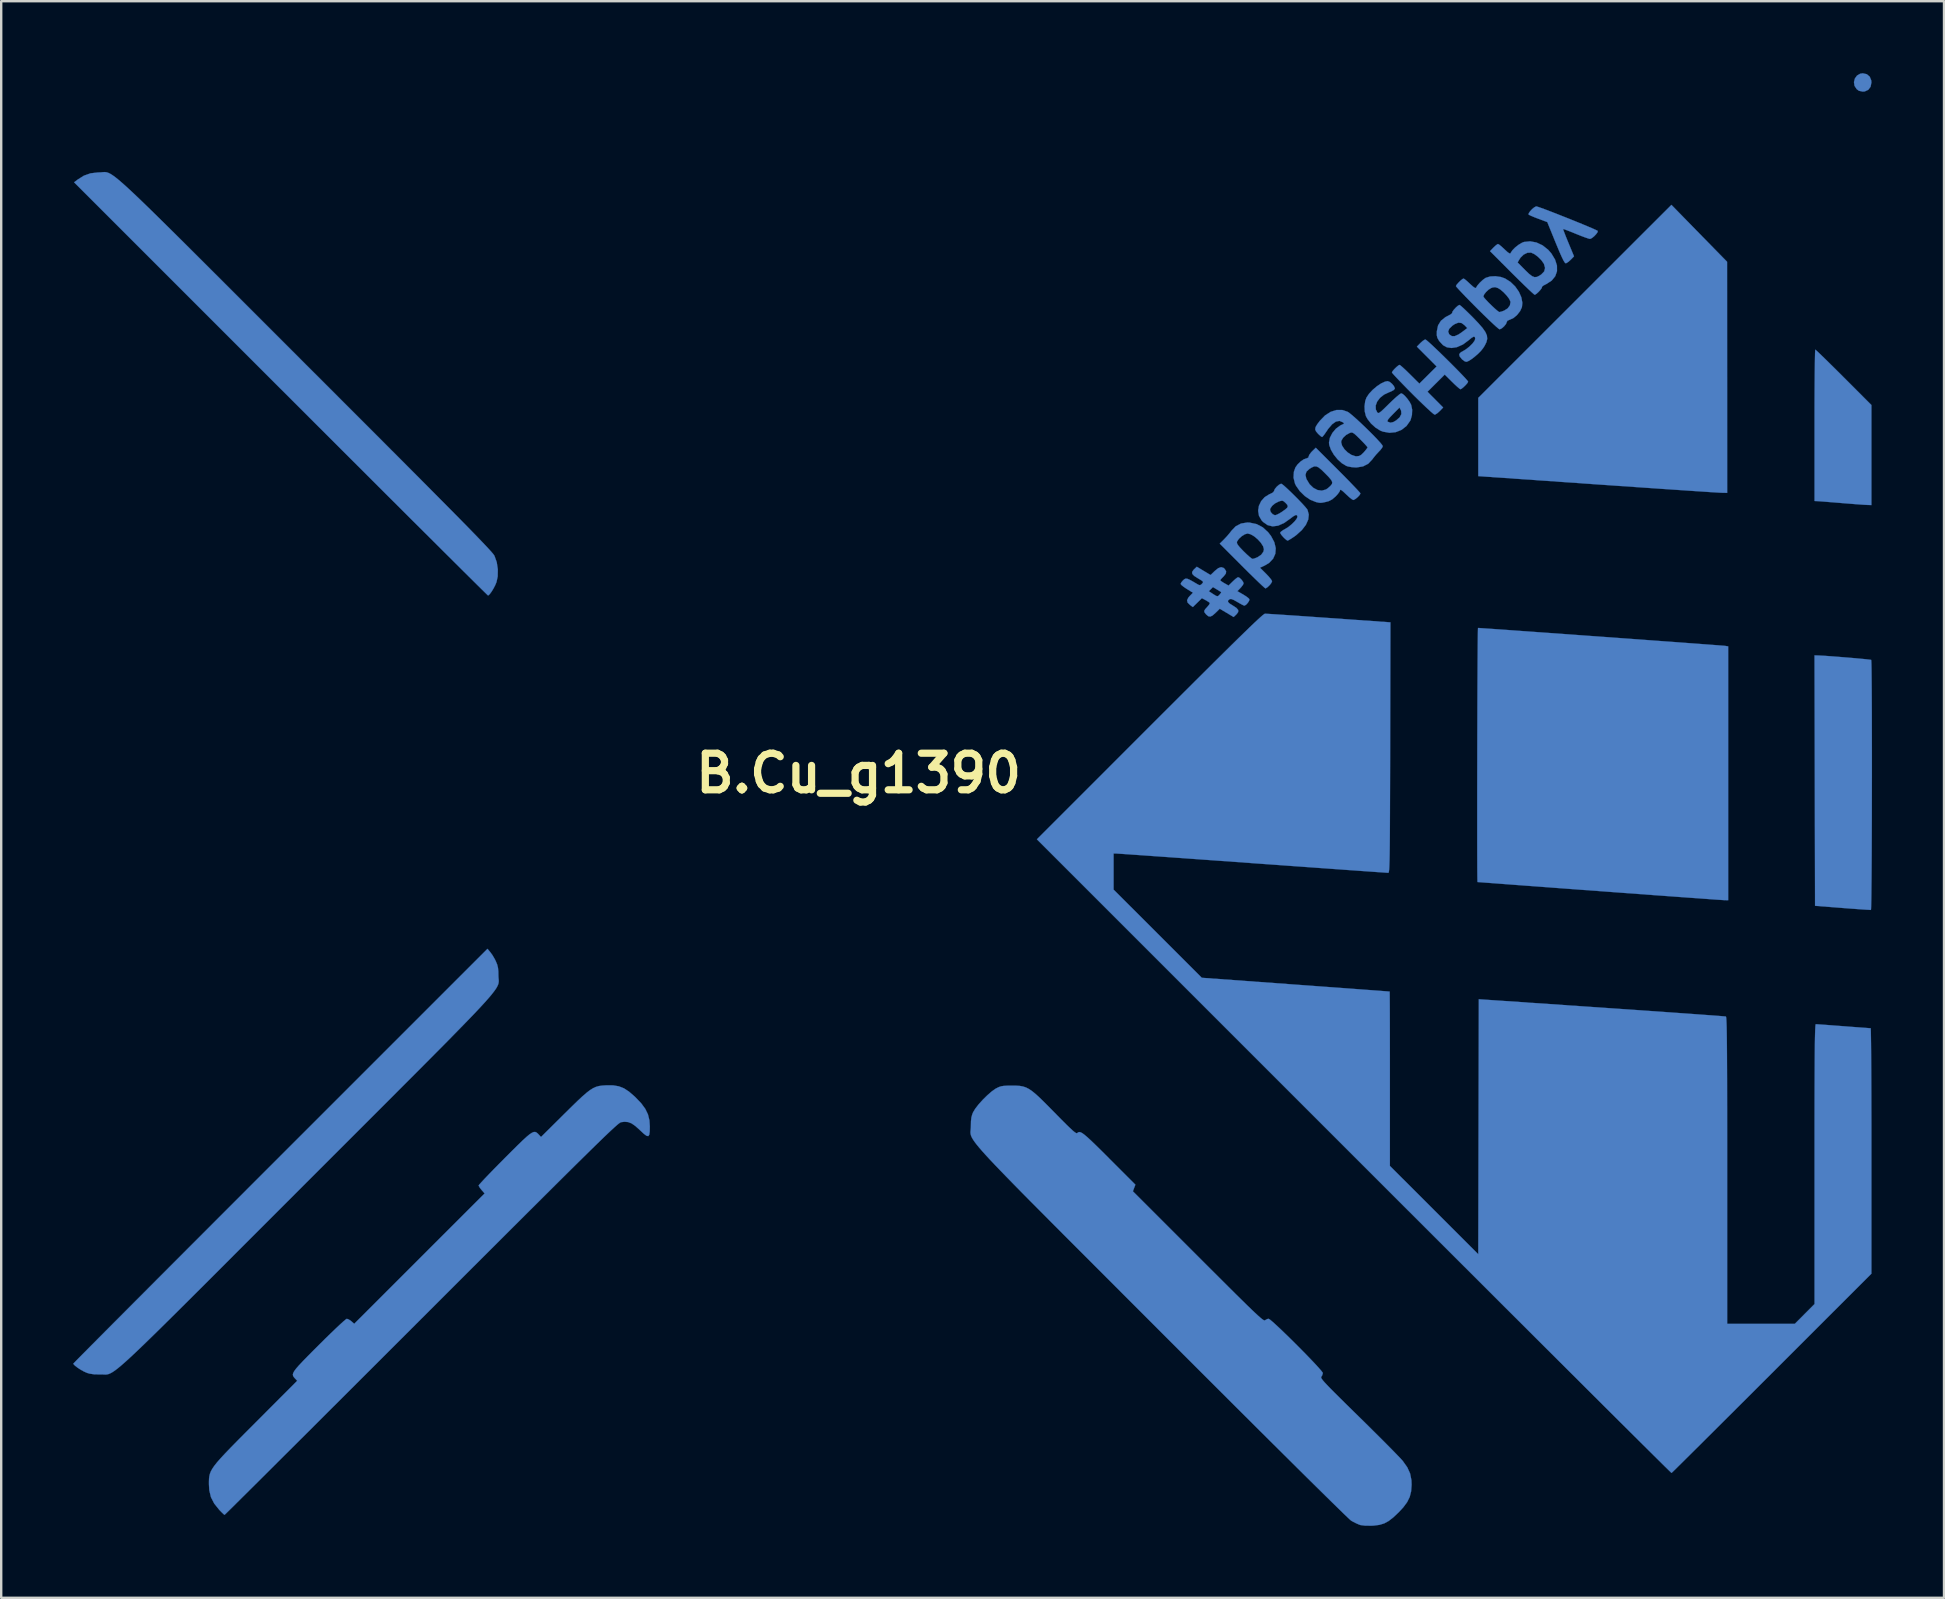
<source format=kicad_pcb>
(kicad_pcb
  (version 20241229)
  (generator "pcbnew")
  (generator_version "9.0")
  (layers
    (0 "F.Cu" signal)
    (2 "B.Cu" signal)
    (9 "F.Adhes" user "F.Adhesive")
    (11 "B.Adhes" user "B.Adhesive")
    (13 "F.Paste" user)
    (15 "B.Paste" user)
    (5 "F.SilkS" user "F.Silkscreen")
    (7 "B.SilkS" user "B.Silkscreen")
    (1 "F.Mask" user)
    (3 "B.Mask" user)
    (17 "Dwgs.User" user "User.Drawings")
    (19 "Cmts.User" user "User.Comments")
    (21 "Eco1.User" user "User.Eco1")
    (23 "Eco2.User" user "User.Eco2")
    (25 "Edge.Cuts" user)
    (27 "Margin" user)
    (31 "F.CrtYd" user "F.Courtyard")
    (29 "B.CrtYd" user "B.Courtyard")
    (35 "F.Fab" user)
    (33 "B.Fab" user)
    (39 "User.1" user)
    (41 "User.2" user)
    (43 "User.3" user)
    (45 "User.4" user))
  (footprint "B.Cu_g1390"
    (layer "F.Cu")
    (at 32.729 29.173)
    (property "Reference" "B.Cu_g1390" (at 0 0 0) (layer "F.SilkS") (effects (font (size 1.524 1.524) (thickness 0.3))))
    (attr through_hole)
    (fp_poly (pts (xy 42.014 -29.131) (xy 42.135 -29.029) (xy 42.199 -28.873) (xy 42.206 -28.787) (xy 42.172 -28.609) (xy 42.076 -28.481) (xy 41.928 -28.413) (xy 41.846 -28.406) (xy 41.685 -28.44) (xy 41.591 -28.51) (xy 41.501 -28.649) (xy 41.479 -28.803) (xy 41.517 -28.951) (xy 41.606 -29.074) (xy 41.738 -29.151) (xy 41.846 -29.168) (xy 42.014 -29.131)) (stroke (width 0.01) (type solid)) (fill yes) (layer "B.Cu"))
    (fp_poly (pts (xy 35.031 -22.5) (xy 36.191 -21.315) (xy 36.193 -16.499) (xy 36.195 -11.684) (xy 35.952 -11.689) (xy 35.878 -11.693) (xy 35.726 -11.702) (xy 35.5 -11.716) (xy 35.207 -11.736) (xy 34.851 -11.759) (xy 34.439 -11.787) (xy 33.976 -11.818) (xy 33.468 -11.852) (xy 32.919 -11.89) (xy 32.336 -11.93) (xy 31.725 -11.972) (xy 31.09 -12.016) (xy 30.766 -12.038) (xy 25.823 -12.382) (xy 25.823 -15.643) (xy 29.847 -19.664) (xy 33.872 -23.686) (xy 35.031 -22.5)) (stroke (width 0.01) (type solid)) (fill yes) (layer "B.Cu"))
    (fp_poly (pts (xy 39.904 -17.624) (xy 39.993 -17.542) (xy 40.128 -17.412) (xy 40.303 -17.242) (xy 40.511 -17.037) (xy 40.746 -16.805) (xy 41 -16.552) (xy 41.053 -16.499) (xy 42.206 -15.345) (xy 42.206 -11.176) (xy 42.026 -11.182) (xy 41.931 -11.187) (xy 41.766 -11.198) (xy 41.548 -11.214) (xy 41.293 -11.234) (xy 41.015 -11.256) (xy 40.936 -11.263) (xy 40.662 -11.285) (xy 40.412 -11.305) (xy 40.2 -11.322) (xy 40.04 -11.334) (xy 39.945 -11.341) (xy 39.931 -11.341) (xy 39.836 -11.345) (xy 39.836 -14.499) (xy 39.836 -15.008) (xy 39.837 -15.491) (xy 39.839 -15.942) (xy 39.842 -16.354) (xy 39.845 -16.722) (xy 39.849 -17.037) (xy 39.853 -17.295) (xy 39.857 -17.488) (xy 39.862 -17.609) (xy 39.868 -17.653) (xy 39.868 -17.653) (xy 39.904 -17.624)) (stroke (width 0.01) (type solid)) (fill yes) (layer "B.Cu"))
    (fp_poly (pts (xy 39.952 -4.91) (xy 40.06 -4.905) (xy 40.228 -4.896) (xy 40.442 -4.881) (xy 40.687 -4.863) (xy 40.952 -4.842) (xy 41.221 -4.82) (xy 41.483 -4.798) (xy 41.722 -4.776) (xy 41.926 -4.757) (xy 42.082 -4.74) (xy 42.175 -4.728) (xy 42.196 -4.723) (xy 42.201 -4.677) (xy 42.206 -4.552) (xy 42.21 -4.356) (xy 42.213 -4.094) (xy 42.216 -3.773) (xy 42.219 -3.399) (xy 42.221 -2.977) (xy 42.223 -2.515) (xy 42.224 -2.019) (xy 42.225 -1.494) (xy 42.226 -0.947) (xy 42.226 -0.385) (xy 42.226 0.187) (xy 42.225 0.762) (xy 42.224 1.334) (xy 42.223 1.897) (xy 42.221 2.444) (xy 42.219 2.97) (xy 42.217 3.468) (xy 42.214 3.931) (xy 42.211 4.354) (xy 42.207 4.731) (xy 42.204 5.054) (xy 42.2 5.318) (xy 42.195 5.517) (xy 42.191 5.645) (xy 42.186 5.694) (xy 42.185 5.695) (xy 42.133 5.693) (xy 42.008 5.686) (xy 41.822 5.674) (xy 41.585 5.657) (xy 41.31 5.637) (xy 41.007 5.614) (xy 41 5.613) (xy 39.857 5.524) (xy 39.835 -4.911) (xy 39.952 -4.91)) (stroke (width 0.01) (type solid)) (fill yes) (layer "B.Cu"))
    (fp_poly (pts (xy 28.3 -23.607) (xy 28.425 -23.564) (xy 28.603 -23.499) (xy 28.824 -23.415) (xy 29.075 -23.318) (xy 29.344 -23.211) (xy 29.622 -23.101) (xy 29.894 -22.991) (xy 30.152 -22.886) (xy 30.381 -22.79) (xy 30.572 -22.709) (xy 30.712 -22.646) (xy 30.791 -22.607) (xy 30.802 -22.598) (xy 30.792 -22.544) (xy 30.733 -22.463) (xy 30.649 -22.375) (xy 30.559 -22.303) (xy 30.486 -22.268) (xy 30.477 -22.267) (xy 30.413 -22.283) (xy 30.288 -22.325) (xy 30.119 -22.388) (xy 29.923 -22.466) (xy 29.887 -22.481) (xy 29.695 -22.559) (xy 29.533 -22.622) (xy 29.417 -22.665) (xy 29.36 -22.682) (xy 29.357 -22.682) (xy 29.368 -22.64) (xy 29.407 -22.535) (xy 29.467 -22.38) (xy 29.544 -22.19) (xy 29.579 -22.105) (xy 29.813 -21.541) (xy 29.672 -21.396) (xy 29.576 -21.31) (xy 29.492 -21.258) (xy 29.465 -21.251) (xy 29.429 -21.28) (xy 29.375 -21.367) (xy 29.3 -21.519) (xy 29.202 -21.741) (xy 29.079 -22.036) (xy 29.048 -22.11) (xy 28.699 -22.969) (xy 28.319 -23.11) (xy 28.153 -23.174) (xy 28.019 -23.231) (xy 27.935 -23.272) (xy 27.917 -23.286) (xy 27.928 -23.34) (xy 27.986 -23.422) (xy 28.069 -23.511) (xy 28.158 -23.584) (xy 28.231 -23.621) (xy 28.241 -23.622) (xy 28.3 -23.607)) (stroke (width 0.01) (type solid)) (fill yes) (layer "B.Cu"))
    (fp_poly (pts (xy 23.665 -18.047) (xy 23.759 -17.967) (xy 23.894 -17.844) (xy 24.059 -17.688) (xy 24.246 -17.509) (xy 24.445 -17.314) (xy 24.647 -17.114) (xy 24.843 -16.918) (xy 25.023 -16.735) (xy 25.178 -16.574) (xy 25.299 -16.444) (xy 25.376 -16.355) (xy 25.4 -16.317) (xy 25.371 -16.261) (xy 25.299 -16.178) (xy 25.21 -16.091) (xy 25.128 -16.024) (xy 25.081 -16.002) (xy 25.037 -16.03) (xy 24.947 -16.106) (xy 24.827 -16.217) (xy 24.734 -16.308) (xy 24.426 -16.614) (xy 24.066 -16.256) (xy 23.707 -15.898) (xy 24.36 -15.241) (xy 24.215 -15.092) (xy 24.118 -15.005) (xy 24.034 -14.951) (xy 24.005 -14.944) (xy 23.959 -14.973) (xy 23.862 -15.054) (xy 23.722 -15.181) (xy 23.547 -15.346) (xy 23.345 -15.541) (xy 23.125 -15.758) (xy 23.082 -15.801) (xy 22.862 -16.023) (xy 22.663 -16.227) (xy 22.492 -16.404) (xy 22.357 -16.547) (xy 22.266 -16.648) (xy 22.226 -16.7) (xy 22.225 -16.703) (xy 22.254 -16.759) (xy 22.326 -16.842) (xy 22.415 -16.929) (xy 22.497 -16.996) (xy 22.544 -17.018) (xy 22.587 -16.99) (xy 22.677 -16.912) (xy 22.802 -16.797) (xy 22.948 -16.655) (xy 22.976 -16.627) (xy 23.368 -16.237) (xy 23.728 -16.595) (xy 24.088 -16.953) (xy 23.265 -17.778) (xy 23.41 -17.927) (xy 23.507 -18.015) (xy 23.591 -18.068) (xy 23.62 -18.076) (xy 23.665 -18.047)) (stroke (width 0.01) (type solid)) (fill yes) (layer "B.Cu"))
    (fp_poly (pts (xy 16.295 -10.445) (xy 16.587 -10.383) (xy 16.842 -10.249) (xy 17.069 -10.04) (xy 17.188 -9.884) (xy 17.324 -9.629) (xy 17.383 -9.381) (xy 17.366 -9.149) (xy 17.274 -8.942) (xy 17.11 -8.768) (xy 16.928 -8.659) (xy 16.726 -8.565) (xy 16.978 -8.316) (xy 17.094 -8.194) (xy 17.182 -8.086) (xy 17.227 -8.013) (xy 17.23 -8) (xy 17.2 -7.93) (xy 17.13 -7.84) (xy 17.044 -7.757) (xy 16.97 -7.708) (xy 16.952 -7.705) (xy 16.913 -7.734) (xy 16.822 -7.815) (xy 16.687 -7.943) (xy 16.515 -8.109) (xy 16.313 -8.306) (xy 16.09 -8.527) (xy 15.98 -8.637) (xy 15.05 -9.569) (xy 15.072 -9.591) (xy 15.766 -9.591) (xy 15.801 -9.521) (xy 15.881 -9.421) (xy 16.013 -9.281) (xy 16.049 -9.245) (xy 16.184 -9.115) (xy 16.301 -9.011) (xy 16.386 -8.947) (xy 16.418 -8.932) (xy 16.493 -8.95) (xy 16.601 -8.992) (xy 16.621 -9.001) (xy 16.778 -9.106) (xy 16.87 -9.236) (xy 16.891 -9.334) (xy 16.856 -9.461) (xy 16.763 -9.606) (xy 16.632 -9.75) (xy 16.483 -9.874) (xy 16.333 -9.96) (xy 16.209 -9.991) (xy 16.095 -9.959) (xy 15.965 -9.878) (xy 15.848 -9.771) (xy 15.773 -9.661) (xy 15.767 -9.644) (xy 15.766 -9.591) (xy 15.072 -9.591) (xy 15.23 -9.748) (xy 15.356 -9.883) (xy 15.479 -10.029) (xy 15.533 -10.101) (xy 15.714 -10.29) (xy 15.938 -10.407) (xy 16.196 -10.449) (xy 16.295 -10.445)) (stroke (width 0.01) (type solid)) (fill yes) (layer "B.Cu"))
    (fp_poly (pts (xy 28.248 -22.118) (xy 28.504 -21.998) (xy 28.736 -21.814) (xy 28.868 -21.663) (xy 29.023 -21.406) (xy 29.102 -21.157) (xy 29.104 -20.923) (xy 29.03 -20.712) (xy 28.883 -20.532) (xy 28.663 -20.389) (xy 28.653 -20.384) (xy 28.545 -20.328) (xy 28.484 -20.281) (xy 28.478 -20.262) (xy 28.468 -20.22) (xy 28.413 -20.145) (xy 28.335 -20.059) (xy 28.253 -19.984) (xy 28.188 -19.942) (xy 28.175 -19.939) (xy 28.135 -19.968) (xy 28.043 -20.05) (xy 27.907 -20.177) (xy 27.734 -20.343) (xy 27.533 -20.539) (xy 27.311 -20.759) (xy 27.221 -20.848) (xy 26.783 -21.287) (xy 27.462 -21.287) (xy 27.775 -20.97) (xy 27.939 -20.812) (xy 28.065 -20.715) (xy 28.17 -20.674) (xy 28.271 -20.684) (xy 28.384 -20.742) (xy 28.451 -20.788) (xy 28.57 -20.912) (xy 28.607 -21.057) (xy 28.561 -21.222) (xy 28.551 -21.241) (xy 28.449 -21.385) (xy 28.309 -21.524) (xy 28.159 -21.635) (xy 28.024 -21.696) (xy 28.019 -21.697) (xy 27.869 -21.69) (xy 27.716 -21.615) (xy 27.584 -21.486) (xy 27.544 -21.426) (xy 27.462 -21.287) (xy 26.783 -21.287) (xy 26.313 -21.757) (xy 26.457 -21.907) (xy 26.55 -21.994) (xy 26.623 -22.047) (xy 26.645 -22.056) (xy 26.695 -22.028) (xy 26.785 -21.955) (xy 26.899 -21.851) (xy 26.917 -21.833) (xy 27.041 -21.719) (xy 27.12 -21.664) (xy 27.161 -21.662) (xy 27.168 -21.675) (xy 27.236 -21.783) (xy 27.355 -21.906) (xy 27.501 -22.022) (xy 27.647 -22.109) (xy 27.726 -22.14) (xy 27.984 -22.167) (xy 28.248 -22.118)) (stroke (width 0.01) (type solid)) (fill yes) (layer "B.Cu"))
    (fp_poly (pts (xy 22.13 -16.309) (xy 22.225 -16.233) (xy 22.305 -16.138) (xy 22.345 -16.05) (xy 22.345 -16.024) (xy 22.297 -15.968) (xy 22.183 -15.907) (xy 22.107 -15.878) (xy 21.896 -15.779) (xy 21.727 -15.644) (xy 21.609 -15.488) (xy 21.548 -15.323) (xy 21.553 -15.162) (xy 21.609 -15.047) (xy 21.636 -15.018) (xy 21.668 -15.011) (xy 21.716 -15.034) (xy 21.79 -15.092) (xy 21.9 -15.195) (xy 22.056 -15.348) (xy 22.107 -15.399) (xy 22.267 -15.553) (xy 22.411 -15.683) (xy 22.526 -15.779) (xy 22.6 -15.828) (xy 22.614 -15.833) (xy 22.682 -15.8) (xy 22.775 -15.715) (xy 22.875 -15.599) (xy 22.964 -15.472) (xy 23.025 -15.357) (xy 23.027 -15.352) (xy 23.068 -15.151) (xy 23.059 -14.927) (xy 23.002 -14.722) (xy 22.988 -14.692) (xy 22.831 -14.471) (xy 22.625 -14.31) (xy 22.383 -14.214) (xy 22.121 -14.188) (xy 21.853 -14.236) (xy 21.738 -14.281) (xy 21.542 -14.404) (xy 21.355 -14.573) (xy 21.268 -14.684) (xy 22.036 -14.684) (xy 22.049 -14.651) (xy 22.056 -14.647) (xy 22.161 -14.609) (xy 22.278 -14.633) (xy 22.399 -14.702) (xy 22.547 -14.832) (xy 22.618 -14.969) (xy 22.609 -15.104) (xy 22.596 -15.133) (xy 22.54 -15.24) (xy 22.266 -14.963) (xy 22.137 -14.829) (xy 22.062 -14.739) (xy 22.036 -14.684) (xy 21.268 -14.684) (xy 21.206 -14.763) (xy 21.141 -14.883) (xy 21.093 -15.074) (xy 21.084 -15.295) (xy 21.112 -15.509) (xy 21.163 -15.654) (xy 21.271 -15.815) (xy 21.421 -15.976) (xy 21.595 -16.124) (xy 21.774 -16.244) (xy 21.939 -16.32) (xy 22.046 -16.341) (xy 22.13 -16.309)) (stroke (width 0.01) (type solid)) (fill yes) (layer "B.Cu"))
    (fp_poly (pts (xy 19.982 -12.636) (xy 20.212 -12.405) (xy 20.421 -12.192) (xy 20.602 -12.004) (xy 20.749 -11.85) (xy 20.852 -11.737) (xy 20.906 -11.672) (xy 20.913 -11.661) (xy 20.881 -11.597) (xy 20.806 -11.514) (xy 20.715 -11.437) (xy 20.635 -11.392) (xy 20.615 -11.388) (xy 20.559 -11.416) (xy 20.462 -11.491) (xy 20.344 -11.598) (xy 20.311 -11.63) (xy 20.18 -11.752) (xy 20.1 -11.811) (xy 20.067 -11.807) (xy 20.066 -11.798) (xy 20.038 -11.73) (xy 19.964 -11.63) (xy 19.881 -11.539) (xy 19.736 -11.414) (xy 19.593 -11.34) (xy 19.477 -11.308) (xy 19.345 -11.28) (xy 19.262 -11.269) (xy 19.193 -11.273) (xy 19.104 -11.292) (xy 19.064 -11.301) (xy 18.827 -11.395) (xy 18.595 -11.552) (xy 18.388 -11.754) (xy 18.229 -11.982) (xy 18.183 -12.077) (xy 18.125 -12.318) (xy 18.132 -12.436) (xy 18.621 -12.436) (xy 18.657 -12.276) (xy 18.668 -12.251) (xy 18.793 -12.046) (xy 18.95 -11.894) (xy 19.124 -11.803) (xy 19.303 -11.778) (xy 19.473 -11.824) (xy 19.556 -11.879) (xy 19.665 -11.977) (xy 19.727 -12.056) (xy 19.738 -12.133) (xy 19.694 -12.223) (xy 19.595 -12.341) (xy 19.451 -12.489) (xy 19.292 -12.645) (xy 19.171 -12.743) (xy 19.074 -12.788) (xy 18.982 -12.786) (xy 18.879 -12.74) (xy 18.787 -12.683) (xy 18.664 -12.569) (xy 18.621 -12.436) (xy 18.132 -12.436) (xy 18.14 -12.564) (xy 18.203 -12.743) (xy 18.293 -12.87) (xy 18.416 -12.989) (xy 18.547 -13.08) (xy 18.663 -13.122) (xy 18.679 -13.123) (xy 18.743 -13.158) (xy 18.754 -13.2) (xy 18.783 -13.273) (xy 18.856 -13.371) (xy 18.903 -13.421) (xy 19.052 -13.565) (xy 19.982 -12.636)) (stroke (width 0.01) (type solid)) (fill yes) (layer "B.Cu"))
    (fp_poly (pts (xy 25.084 -19.487) (xy 25.176 -19.407) (xy 25.305 -19.286) (xy 25.461 -19.134) (xy 25.598 -18.997) (xy 25.831 -18.753) (xy 26.004 -18.553) (xy 26.12 -18.386) (xy 26.183 -18.24) (xy 26.196 -18.103) (xy 26.163 -17.966) (xy 26.089 -17.816) (xy 26.024 -17.714) (xy 25.929 -17.595) (xy 25.799 -17.466) (xy 25.653 -17.341) (xy 25.511 -17.236) (xy 25.39 -17.166) (xy 25.319 -17.145) (xy 25.244 -17.174) (xy 25.151 -17.245) (xy 25.133 -17.264) (xy 25.043 -17.379) (xy 25.03 -17.467) (xy 25.095 -17.541) (xy 25.168 -17.581) (xy 25.311 -17.667) (xy 25.454 -17.78) (xy 25.578 -17.902) (xy 25.665 -18.017) (xy 25.696 -18.103) (xy 25.681 -18.181) (xy 25.632 -18.195) (xy 25.541 -18.143) (xy 25.439 -18.057) (xy 25.186 -17.869) (xy 24.932 -17.756) (xy 24.712 -17.722) (xy 24.518 -17.749) (xy 24.355 -17.838) (xy 24.206 -18) (xy 24.179 -18.038) (xy 24.12 -18.143) (xy 24.094 -18.252) (xy 24.096 -18.402) (xy 24.096 -18.406) (xy 24.568 -18.406) (xy 24.609 -18.297) (xy 24.62 -18.285) (xy 24.721 -18.217) (xy 24.846 -18.217) (xy 25.003 -18.287) (xy 25.135 -18.377) (xy 25.365 -18.551) (xy 25.245 -18.676) (xy 25.124 -18.764) (xy 24.993 -18.778) (xy 24.841 -18.717) (xy 24.74 -18.648) (xy 24.612 -18.522) (xy 24.568 -18.406) (xy 24.096 -18.406) (xy 24.097 -18.421) (xy 24.148 -18.664) (xy 24.268 -18.858) (xy 24.459 -19.01) (xy 24.551 -19.057) (xy 24.662 -19.116) (xy 24.727 -19.166) (xy 24.736 -19.19) (xy 24.749 -19.238) (xy 24.807 -19.318) (xy 24.888 -19.406) (xy 24.97 -19.479) (xy 25.033 -19.515) (xy 25.04 -19.516) (xy 25.084 -19.487)) (stroke (width 0.01) (type solid)) (fill yes) (layer "B.Cu"))
    (fp_poly (pts (xy 17.663 -12.036) (xy 17.757 -11.957) (xy 17.885 -11.84) (xy 18.035 -11.697) (xy 18.194 -11.54) (xy 18.351 -11.381) (xy 18.493 -11.232) (xy 18.608 -11.105) (xy 18.685 -11.011) (xy 18.707 -10.978) (xy 18.76 -10.783) (xy 18.737 -10.572) (xy 18.64 -10.354) (xy 18.473 -10.136) (xy 18.242 -9.927) (xy 18.16 -9.866) (xy 18.033 -9.781) (xy 17.932 -9.72) (xy 17.878 -9.694) (xy 17.877 -9.694) (xy 17.827 -9.722) (xy 17.745 -9.793) (xy 17.704 -9.834) (xy 17.622 -9.928) (xy 17.574 -10.004) (xy 17.568 -10.024) (xy 17.603 -10.069) (xy 17.693 -10.133) (xy 17.772 -10.177) (xy 17.907 -10.261) (xy 18.044 -10.372) (xy 18.166 -10.491) (xy 18.253 -10.601) (xy 18.288 -10.684) (xy 18.288 -10.687) (xy 18.269 -10.755) (xy 18.211 -10.76) (xy 18.107 -10.702) (xy 18.007 -10.624) (xy 17.734 -10.431) (xy 17.483 -10.318) (xy 17.253 -10.288) (xy 17.044 -10.34) (xy 16.855 -10.473) (xy 16.792 -10.541) (xy 16.685 -10.727) (xy 16.65 -10.933) (xy 16.656 -10.976) (xy 17.145 -10.976) (xy 17.178 -10.88) (xy 17.256 -10.795) (xy 17.347 -10.753) (xy 17.356 -10.753) (xy 17.43 -10.775) (xy 17.542 -10.832) (xy 17.62 -10.881) (xy 17.773 -10.987) (xy 17.86 -11.064) (xy 17.886 -11.128) (xy 17.86 -11.192) (xy 17.798 -11.26) (xy 17.715 -11.335) (xy 17.649 -11.36) (xy 17.562 -11.342) (xy 17.505 -11.323) (xy 17.36 -11.25) (xy 17.238 -11.149) (xy 17.161 -11.041) (xy 17.145 -10.976) (xy 16.656 -10.976) (xy 16.681 -11.142) (xy 16.774 -11.338) (xy 16.922 -11.506) (xy 17.12 -11.629) (xy 17.166 -11.647) (xy 17.268 -11.702) (xy 17.314 -11.763) (xy 17.314 -11.769) (xy 17.346 -11.846) (xy 17.423 -11.939) (xy 17.517 -12.021) (xy 17.6 -12.063) (xy 17.614 -12.065) (xy 17.663 -12.036)) (stroke (width 0.01) (type solid)) (fill yes) (layer "B.Cu"))
    (fp_poly (pts (xy 25.866 -6.052) (xy 25.996 -6.043) (xy 26.199 -6.029) (xy 26.467 -6.011) (xy 26.794 -5.988) (xy 27.174 -5.961) (xy 27.6 -5.93) (xy 28.067 -5.897) (xy 28.567 -5.861) (xy 29.094 -5.824) (xy 29.642 -5.784) (xy 30.205 -5.743) (xy 30.777 -5.702) (xy 31.35 -5.661) (xy 31.919 -5.619) (xy 32.477 -5.579) (xy 33.018 -5.539) (xy 33.536 -5.501) (xy 34.024 -5.466) (xy 34.477 -5.432) (xy 34.886 -5.402) (xy 35.247 -5.375) (xy 35.553 -5.352) (xy 35.797 -5.334) (xy 35.974 -5.32) (xy 36.076 -5.312) (xy 36.1 -5.31) (xy 36.237 -5.288) (xy 36.237 5.292) (xy 36.057 5.286) (xy 35.993 5.282) (xy 35.849 5.273) (xy 35.631 5.258) (xy 35.346 5.237) (xy 34.998 5.212) (xy 34.592 5.183) (xy 34.134 5.15) (xy 33.63 5.113) (xy 33.085 5.074) (xy 32.505 5.031) (xy 31.894 4.986) (xy 31.258 4.939) (xy 30.84 4.908) (xy 30.195 4.861) (xy 29.574 4.815) (xy 28.982 4.771) (xy 28.424 4.729) (xy 27.905 4.691) (xy 27.431 4.656) (xy 27.007 4.624) (xy 26.637 4.596) (xy 26.328 4.573) (xy 26.084 4.555) (xy 25.91 4.542) (xy 25.812 4.534) (xy 25.792 4.533) (xy 25.789 4.491) (xy 25.786 4.37) (xy 25.784 4.177) (xy 25.782 3.918) (xy 25.781 3.6) (xy 25.78 3.227) (xy 25.779 2.807) (xy 25.779 2.346) (xy 25.779 1.849) (xy 25.779 1.324) (xy 25.779 0.776) (xy 25.78 0.211) (xy 25.781 -0.364) (xy 25.782 -0.944) (xy 25.783 -1.521) (xy 25.785 -2.09) (xy 25.786 -2.645) (xy 25.788 -3.18) (xy 25.79 -3.688) (xy 25.793 -4.163) (xy 25.795 -4.599) (xy 25.798 -4.989) (xy 25.8 -5.329) (xy 25.803 -5.61) (xy 25.806 -5.828) (xy 25.809 -5.976) (xy 25.812 -6.048) (xy 25.813 -6.054) (xy 25.866 -6.052)) (stroke (width 0.01) (type solid)) (fill yes) (layer "B.Cu"))
    (fp_poly (pts (xy 26.764 -20.681) (xy 26.937 -20.62) (xy 27.165 -20.476) (xy 27.361 -20.286) (xy 27.515 -20.066) (xy 27.618 -19.834) (xy 27.66 -19.604) (xy 27.642 -19.423) (xy 27.566 -19.258) (xy 27.442 -19.1) (xy 27.293 -18.973) (xy 27.143 -18.903) (xy 27.138 -18.902) (xy 27.036 -18.857) (xy 27.009 -18.801) (xy 26.977 -18.721) (xy 26.9 -18.626) (xy 26.806 -18.543) (xy 26.722 -18.501) (xy 26.71 -18.5) (xy 26.665 -18.529) (xy 26.569 -18.61) (xy 26.43 -18.738) (xy 26.255 -18.903) (xy 26.053 -19.098) (xy 25.832 -19.317) (xy 25.77 -19.378) (xy 25.547 -19.603) (xy 25.345 -19.809) (xy 25.287 -19.87) (xy 26.035 -19.87) (xy 26.064 -19.822) (xy 26.141 -19.733) (xy 26.249 -19.619) (xy 26.373 -19.497) (xy 26.497 -19.38) (xy 26.604 -19.286) (xy 26.68 -19.229) (xy 26.702 -19.219) (xy 26.776 -19.235) (xy 26.885 -19.273) (xy 26.901 -19.279) (xy 27.048 -19.372) (xy 27.141 -19.497) (xy 27.166 -19.633) (xy 27.16 -19.666) (xy 27.106 -19.777) (xy 27.003 -19.911) (xy 26.875 -20.047) (xy 26.742 -20.159) (xy 26.638 -20.221) (xy 26.527 -20.256) (xy 26.429 -20.245) (xy 26.359 -20.22) (xy 26.255 -20.155) (xy 26.151 -20.059) (xy 26.07 -19.957) (xy 26.035 -19.873) (xy 26.035 -19.87) (xy 25.287 -19.87) (xy 25.171 -19.99) (xy 25.033 -20.136) (xy 24.938 -20.241) (xy 24.894 -20.296) (xy 24.892 -20.301) (xy 24.921 -20.357) (xy 24.993 -20.44) (xy 25.081 -20.527) (xy 25.163 -20.594) (xy 25.21 -20.616) (xy 25.257 -20.589) (xy 25.346 -20.516) (xy 25.459 -20.412) (xy 25.478 -20.394) (xy 25.611 -20.274) (xy 25.694 -20.22) (xy 25.727 -20.229) (xy 25.786 -20.325) (xy 25.889 -20.444) (xy 26.01 -20.557) (xy 26.123 -20.639) (xy 26.137 -20.646) (xy 26.318 -20.702) (xy 26.538 -20.713) (xy 26.764 -20.681)) (stroke (width 0.01) (type solid)) (fill yes) (layer "B.Cu"))
    (fp_poly (pts (xy 20.157 -15.137) (xy 20.375 -15.065) (xy 20.458 -15.009) (xy 20.583 -14.907) (xy 20.739 -14.769) (xy 20.915 -14.607) (xy 21.102 -14.429) (xy 21.288 -14.247) (xy 21.464 -14.071) (xy 21.617 -13.91) (xy 21.739 -13.777) (xy 21.818 -13.679) (xy 21.844 -13.63) (xy 21.815 -13.563) (xy 21.741 -13.466) (xy 21.685 -13.408) (xy 21.563 -13.277) (xy 21.445 -13.132) (xy 21.412 -13.085) (xy 21.24 -12.901) (xy 21.022 -12.788) (xy 20.756 -12.744) (xy 20.713 -12.744) (xy 20.547 -12.756) (xy 20.39 -12.786) (xy 20.32 -12.81) (xy 20.138 -12.92) (xy 19.961 -13.082) (xy 19.804 -13.276) (xy 19.684 -13.481) (xy 19.613 -13.677) (xy 19.602 -13.78) (xy 19.606 -13.801) (xy 20.108 -13.801) (xy 20.146 -13.655) (xy 20.244 -13.504) (xy 20.384 -13.367) (xy 20.544 -13.263) (xy 20.705 -13.211) (xy 20.747 -13.208) (xy 20.855 -13.221) (xy 20.946 -13.27) (xy 21.051 -13.372) (xy 21.056 -13.377) (xy 21.141 -13.478) (xy 21.197 -13.554) (xy 21.209 -13.58) (xy 21.181 -13.621) (xy 21.104 -13.708) (xy 20.993 -13.825) (xy 20.899 -13.92) (xy 20.759 -14.058) (xy 20.662 -14.145) (xy 20.595 -14.189) (xy 20.541 -14.201) (xy 20.486 -14.189) (xy 20.465 -14.181) (xy 20.316 -14.099) (xy 20.194 -13.986) (xy 20.121 -13.865) (xy 20.108 -13.801) (xy 19.606 -13.801) (xy 19.64 -13.98) (xy 19.743 -14.181) (xy 19.893 -14.36) (xy 20.074 -14.493) (xy 20.148 -14.528) (xy 20.222 -14.561) (xy 20.222 -14.591) (xy 20.174 -14.629) (xy 20.038 -14.684) (xy 19.89 -14.655) (xy 19.733 -14.543) (xy 19.567 -14.35) (xy 19.493 -14.239) (xy 19.412 -14.122) (xy 19.347 -14.04) (xy 19.313 -14.012) (xy 19.265 -14.04) (xy 19.184 -14.111) (xy 19.139 -14.156) (xy 19.06 -14.25) (xy 19.027 -14.333) (xy 19.043 -14.425) (xy 19.112 -14.543) (xy 19.223 -14.689) (xy 19.438 -14.911) (xy 19.671 -15.061) (xy 19.914 -15.138) (xy 20.157 -15.137)) (stroke (width 0.01) (type solid)) (fill yes) (layer "B.Cu"))
    (fp_poly (pts (xy -31.389 -25.051) (xy -31.34 -25.044) (xy -31.287 -25.029) (xy -31.226 -25.003) (xy -31.157 -24.966) (xy -31.077 -24.914) (xy -30.982 -24.845) (xy -30.872 -24.758) (xy -30.745 -24.65) (xy -30.596 -24.519) (xy -30.426 -24.364) (xy -30.23 -24.182) (xy -30.008 -23.971) (xy -29.756 -23.728) (xy -29.473 -23.453) (xy -29.156 -23.142) (xy -28.803 -22.794) (xy -28.412 -22.407) (xy -27.98 -21.978) (xy -27.506 -21.505) (xy -26.987 -20.987) (xy -26.42 -20.421) (xy -25.804 -19.805) (xy -25.137 -19.138) (xy -24.415 -18.416) (xy -23.637 -17.638) (xy -23.044 -17.044) (xy -22.22 -16.221) (xy -21.455 -15.455) (xy -20.745 -14.745) (xy -20.089 -14.089) (xy -19.485 -13.483) (xy -18.931 -12.928) (xy -18.425 -12.42) (xy -17.965 -11.957) (xy -17.548 -11.537) (xy -17.173 -11.159) (xy -16.838 -10.82) (xy -16.54 -10.518) (xy -16.278 -10.251) (xy -16.05 -10.017) (xy -15.853 -9.813) (xy -15.686 -9.639) (xy -15.546 -9.492) (xy -15.432 -9.369) (xy -15.341 -9.269) (xy -15.271 -9.19) (xy -15.221 -9.129) (xy -15.189 -9.085) (xy -15.173 -9.059) (xy -15.079 -8.796) (xy -15.034 -8.499) (xy -15.039 -8.202) (xy -15.089 -7.967) (xy -15.144 -7.834) (xy -15.218 -7.692) (xy -15.3 -7.56) (xy -15.376 -7.459) (xy -15.433 -7.41) (xy -15.441 -7.408) (xy -15.474 -7.438) (xy -15.563 -7.525) (xy -15.708 -7.667) (xy -15.905 -7.862) (xy -16.153 -8.108) (xy -16.449 -8.401) (xy -16.79 -8.741) (xy -17.175 -9.123) (xy -17.6 -9.547) (xy -18.064 -10.009) (xy -18.565 -10.507) (xy -19.098 -11.04) (xy -19.664 -11.603) (xy -20.258 -12.196) (xy -20.878 -12.816) (xy -21.523 -13.46) (xy -22.19 -14.127) (xy -22.877 -14.813) (xy -23.58 -15.516) (xy -24.082 -16.017) (xy -32.691 -24.626) (xy -32.546 -24.737) (xy -32.281 -24.904) (xy -32.005 -25.001) (xy -31.692 -25.037) (xy -31.644 -25.038) (xy -31.584 -25.04) (xy -31.531 -25.045) (xy -31.482 -25.05) (xy -31.436 -25.052) (xy -31.389 -25.051)) (stroke (width 0.01) (type solid)) (fill yes) (layer "B.Cu"))
    (fp_poly (pts (xy -15.346 7.458) (xy -15.259 7.578) (xy -15.167 7.734) (xy -15.118 7.832) (xy -15.06 7.972) (xy -15.027 8.106) (xy -15.012 8.266) (xy -15.01 8.424) (xy -15.008 8.487) (xy -15.004 8.542) (xy -14.999 8.593) (xy -14.996 8.641) (xy -14.997 8.689) (xy -15.003 8.739) (xy -15.017 8.793) (xy -15.042 8.853) (xy -15.078 8.923) (xy -15.129 9.003) (xy -15.196 9.096) (xy -15.281 9.205) (xy -15.387 9.332) (xy -15.516 9.479) (xy -15.668 9.647) (xy -15.848 9.841) (xy -16.056 10.061) (xy -16.296 10.31) (xy -16.568 10.59) (xy -16.875 10.904) (xy -17.219 11.254) (xy -17.603 11.641) (xy -18.028 12.069) (xy -18.496 12.539) (xy -19.01 13.054) (xy -19.571 13.616) (xy -20.182 14.227) (xy -20.845 14.89) (xy -21.561 15.606) (xy -22.333 16.378) (xy -23.003 17.048) (xy -23.821 17.867) (xy -24.581 18.628) (xy -25.286 19.333) (xy -25.938 19.985) (xy -26.538 20.586) (xy -27.09 21.138) (xy -27.595 21.642) (xy -28.056 22.101) (xy -28.475 22.518) (xy -28.855 22.893) (xy -29.196 23.23) (xy -29.503 23.53) (xy -29.776 23.796) (xy -30.019 24.029) (xy -30.233 24.231) (xy -30.421 24.406) (xy -30.585 24.554) (xy -30.727 24.678) (xy -30.85 24.78) (xy -30.955 24.862) (xy -31.046 24.927) (xy -31.123 24.975) (xy -31.191 25.01) (xy -31.25 25.034) (xy -31.302 25.048) (xy -31.352 25.055) (xy -31.399 25.056) (xy -31.448 25.054) (xy -31.499 25.052) (xy -31.556 25.05) (xy -31.602 25.051) (xy -31.85 25.048) (xy -32.05 25.018) (xy -32.156 24.986) (xy -32.282 24.93) (xy -32.421 24.852) (xy -32.554 24.765) (xy -32.659 24.683) (xy -32.718 24.619) (xy -32.724 24.603) (xy -32.694 24.571) (xy -32.607 24.481) (xy -32.465 24.337) (xy -32.27 24.14) (xy -32.024 23.892) (xy -31.731 23.597) (xy -31.391 23.255) (xy -31.009 22.871) (xy -30.585 22.446) (xy -30.123 21.982) (xy -29.624 21.482) (xy -29.092 20.948) (xy -28.528 20.383) (xy -27.934 19.788) (xy -27.314 19.167) (xy -26.67 18.522) (xy -26.003 17.855) (xy -25.317 17.168) (xy -24.613 16.464) (xy -24.095 15.945) (xy -15.465 7.316) (xy -15.346 7.458)) (stroke (width 0.01) (type solid)) (fill yes) (layer "B.Cu"))
    (fp_poly (pts (xy 14.381 -8.433) (xy 14.668 -8.261) (xy 14.839 -8.427) (xy 14.986 -8.546) (xy 15.107 -8.589) (xy 15.21 -8.557) (xy 15.255 -8.516) (xy 15.315 -8.42) (xy 15.306 -8.326) (xy 15.224 -8.218) (xy 15.198 -8.191) (xy 15.119 -8.11) (xy 15.074 -8.053) (xy 15.071 -8.043) (xy 15.104 -8.009) (xy 15.189 -7.951) (xy 15.244 -7.919) (xy 15.417 -7.822) (xy 15.595 -7.996) (xy 15.697 -8.09) (xy 15.78 -8.153) (xy 15.816 -8.17) (xy 15.881 -8.139) (xy 15.959 -8.064) (xy 16.022 -7.977) (xy 16.044 -7.916) (xy 16.017 -7.851) (xy 15.947 -7.759) (xy 15.914 -7.722) (xy 15.784 -7.588) (xy 16.023 -7.451) (xy 16.15 -7.371) (xy 16.246 -7.298) (xy 16.286 -7.253) (xy 16.274 -7.187) (xy 16.219 -7.1) (xy 16.146 -7.022) (xy 16.079 -6.985) (xy 16.074 -6.985) (xy 16.02 -7.006) (xy 15.917 -7.06) (xy 15.786 -7.136) (xy 15.779 -7.14) (xy 15.628 -7.225) (xy 15.527 -7.262) (xy 15.464 -7.256) (xy 15.459 -7.253) (xy 15.395 -7.197) (xy 15.395 -7.139) (xy 15.463 -7.071) (xy 15.598 -6.986) (xy 15.747 -6.888) (xy 15.819 -6.803) (xy 15.818 -6.718) (xy 15.747 -6.624) (xy 15.73 -6.607) (xy 15.628 -6.511) (xy 15.051 -6.856) (xy 14.879 -6.688) (xy 14.752 -6.575) (xy 14.655 -6.529) (xy 14.572 -6.544) (xy 14.485 -6.617) (xy 14.418 -6.699) (xy 14.402 -6.764) (xy 14.444 -6.837) (xy 14.525 -6.926) (xy 14.6 -7.015) (xy 14.635 -7.082) (xy 14.634 -7.098) (xy 14.585 -7.139) (xy 14.491 -7.197) (xy 14.459 -7.215) (xy 14.306 -7.296) (xy 14.117 -7.111) (xy 13.928 -6.926) (xy 13.812 -7.013) (xy 13.71 -7.112) (xy 13.688 -7.211) (xy 13.744 -7.323) (xy 13.8 -7.387) (xy 13.934 -7.525) (xy 13.835 -7.586) (xy 14.594 -7.586) (xy 14.758 -7.478) (xy 14.872 -7.406) (xy 14.94 -7.377) (xy 14.987 -7.389) (xy 15.039 -7.439) (xy 15.05 -7.451) (xy 15.1 -7.517) (xy 15.109 -7.549) (xy 15.065 -7.578) (xy 14.975 -7.633) (xy 14.929 -7.661) (xy 14.767 -7.758) (xy 14.594 -7.586) (xy 13.835 -7.586) (xy 13.677 -7.681) (xy 13.55 -7.766) (xy 13.458 -7.84) (xy 13.42 -7.889) (xy 13.42 -7.891) (xy 13.448 -7.954) (xy 13.518 -8.036) (xy 13.526 -8.044) (xy 13.582 -8.091) (xy 13.637 -8.112) (xy 13.706 -8.103) (xy 13.805 -8.06) (xy 13.951 -7.978) (xy 14.066 -7.91) (xy 14.167 -7.852) (xy 14.225 -7.837) (xy 14.273 -7.863) (xy 14.308 -7.897) (xy 14.348 -7.942) (xy 14.353 -7.978) (xy 14.312 -8.02) (xy 14.213 -8.082) (xy 14.138 -8.126) (xy 13.984 -8.225) (xy 13.906 -8.308) (xy 13.898 -8.387) (xy 13.956 -8.474) (xy 13.99 -8.508) (xy 14.094 -8.606) (xy 14.381 -8.433)) (stroke (width 0.01) (type solid)) (fill yes) (layer "B.Cu"))
    (fp_poly (pts (xy -10.222 13.006) (xy -9.989 13.046) (xy -9.778 13.129) (xy -9.567 13.267) (xy -9.336 13.467) (xy -9.307 13.494) (xy -9.064 13.747) (xy -8.89 13.983) (xy -8.777 14.217) (xy -8.716 14.466) (xy -8.7 14.717) (xy -8.704 14.929) (xy -8.723 15.063) (xy -8.764 15.121) (xy -8.837 15.107) (xy -8.95 15.023) (xy -9.11 14.874) (xy -9.114 14.87) (xy -9.302 14.7) (xy -9.459 14.591) (xy -9.605 14.535) (xy -9.758 14.523) (xy -9.895 14.54) (xy -9.916 14.547) (xy -9.945 14.564) (xy -9.986 14.593) (xy -10.04 14.636) (xy -10.108 14.695) (xy -10.194 14.772) (xy -10.3 14.869) (xy -10.427 14.989) (xy -10.577 15.132) (xy -10.753 15.302) (xy -10.957 15.5) (xy -11.191 15.729) (xy -11.456 15.99) (xy -11.756 16.285) (xy -12.091 16.617) (xy -12.465 16.988) (xy -12.878 17.399) (xy -13.334 17.853) (xy -13.835 18.352) (xy -14.382 18.897) (xy -14.977 19.491) (xy -15.624 20.137) (xy -16.323 20.835) (xy -17.076 21.588) (xy -17.887 22.398) (xy -18.225 22.736) (xy -18.92 23.431) (xy -19.6 24.11) (xy -20.262 24.772) (xy -20.904 25.412) (xy -21.522 26.03) (xy -22.116 26.622) (xy -22.681 27.187) (xy -23.217 27.721) (xy -23.72 28.222) (xy -24.188 28.688) (xy -24.618 29.117) (xy -25.008 29.506) (xy -25.357 29.852) (xy -25.66 30.153) (xy -25.916 30.407) (xy -26.122 30.612) (xy -26.277 30.764) (xy -26.377 30.862) (xy -26.42 30.902) (xy -26.421 30.903) (xy -26.461 30.875) (xy -26.54 30.799) (xy -26.643 30.694) (xy -26.646 30.69) (xy -26.854 30.43) (xy -26.989 30.166) (xy -27.058 29.876) (xy -27.072 29.633) (xy -27.072 29.508) (xy -27.068 29.396) (xy -27.056 29.293) (xy -27.032 29.193) (xy -26.992 29.091) (xy -26.931 28.98) (xy -26.845 28.855) (xy -26.73 28.71) (xy -26.581 28.541) (xy -26.395 28.34) (xy -26.167 28.103) (xy -25.893 27.824) (xy -25.569 27.497) (xy -25.189 27.117) (xy -25.114 27.041) (xy -23.394 25.317) (xy -23.487 25.218) (xy -23.533 25.165) (xy -23.564 25.115) (xy -23.575 25.06) (xy -23.561 24.995) (xy -23.517 24.913) (xy -23.439 24.808) (xy -23.322 24.673) (xy -23.162 24.503) (xy -22.954 24.289) (xy -22.694 24.027) (xy -22.489 23.823) (xy -22.238 23.573) (xy -22.003 23.344) (xy -21.791 23.141) (xy -21.611 22.972) (xy -21.469 22.843) (xy -21.372 22.761) (xy -21.327 22.733) (xy -21.25 22.759) (xy -21.152 22.824) (xy -21.137 22.837) (xy -21.018 22.941) (xy -18.301 20.225) (xy -15.584 17.51) (xy -15.708 17.368) (xy -15.784 17.272) (xy -15.828 17.195) (xy -15.833 17.177) (xy -15.804 17.137) (xy -15.721 17.044) (xy -15.592 16.905) (xy -15.423 16.728) (xy -15.221 16.519) (xy -14.992 16.286) (xy -14.744 16.036) (xy -14.444 15.736) (xy -14.197 15.491) (xy -13.998 15.298) (xy -13.838 15.152) (xy -13.713 15.048) (xy -13.615 14.983) (xy -13.539 14.95) (xy -13.478 14.947) (xy -13.425 14.968) (xy -13.374 15.009) (xy -13.334 15.05) (xy -13.234 15.157) (xy -12.258 14.189) (xy -11.959 13.894) (xy -11.711 13.653) (xy -11.506 13.461) (xy -11.334 13.312) (xy -11.189 13.201) (xy -11.06 13.121) (xy -10.941 13.068) (xy -10.821 13.034) (xy -10.694 13.016) (xy -10.55 13.006) (xy -10.499 13.004) (xy -10.222 13.006)) (stroke (width 0.01) (type solid)) (fill yes) (layer "B.Cu"))
    (fp_poly (pts (xy 6.568 13.019) (xy 6.719 13.029) (xy 6.853 13.053) (xy 6.981 13.096) (xy 7.111 13.164) (xy 7.252 13.263) (xy 7.413 13.398) (xy 7.603 13.576) (xy 7.832 13.803) (xy 8.109 14.083) (xy 8.179 14.154) (xy 8.439 14.419) (xy 8.647 14.627) (xy 8.808 14.783) (xy 8.928 14.894) (xy 9.014 14.963) (xy 9.07 14.997) (xy 9.102 15.001) (xy 9.108 14.997) (xy 9.147 14.965) (xy 9.191 14.951) (xy 9.245 14.959) (xy 9.316 14.994) (xy 9.409 15.061) (xy 9.532 15.165) (xy 9.69 15.31) (xy 9.888 15.501) (xy 10.134 15.743) (xy 10.432 16.041) (xy 10.434 16.044) (xy 11.534 17.144) (xy 11.43 17.42) (xy 14.148 20.138) (xy 14.616 20.606) (xy 15.028 21.017) (xy 15.387 21.375) (xy 15.698 21.684) (xy 15.964 21.946) (xy 16.188 22.166) (xy 16.374 22.346) (xy 16.526 22.49) (xy 16.648 22.603) (xy 16.742 22.686) (xy 16.813 22.744) (xy 16.865 22.78) (xy 16.9 22.798) (xy 16.923 22.801) (xy 16.935 22.795) (xy 17.028 22.744) (xy 17.085 22.733) (xy 17.136 22.762) (xy 17.236 22.845) (xy 17.378 22.972) (xy 17.554 23.136) (xy 17.755 23.329) (xy 17.973 23.541) (xy 18.2 23.766) (xy 18.427 23.994) (xy 18.647 24.217) (xy 18.85 24.428) (xy 19.029 24.617) (xy 19.176 24.778) (xy 19.282 24.9) (xy 19.339 24.976) (xy 19.346 24.995) (xy 19.319 25.092) (xy 19.283 25.146) (xy 19.274 25.165) (xy 19.278 25.193) (xy 19.3 25.235) (xy 19.345 25.296) (xy 19.417 25.38) (xy 19.521 25.492) (xy 19.661 25.637) (xy 19.842 25.819) (xy 20.068 26.044) (xy 20.344 26.317) (xy 20.674 26.641) (xy 20.836 26.8) (xy 21.152 27.11) (xy 21.455 27.411) (xy 21.741 27.695) (xy 22.001 27.956) (xy 22.229 28.187) (xy 22.419 28.382) (xy 22.564 28.533) (xy 22.657 28.634) (xy 22.676 28.656) (xy 22.864 28.92) (xy 22.982 29.18) (xy 23.038 29.459) (xy 23.045 29.654) (xy 23.025 29.923) (xy 22.966 30.156) (xy 22.858 30.375) (xy 22.692 30.598) (xy 22.505 30.798) (xy 22.283 31.008) (xy 22.089 31.159) (xy 21.903 31.26) (xy 21.706 31.32) (xy 21.477 31.35) (xy 21.378 31.356) (xy 21.117 31.355) (xy 20.922 31.33) (xy 20.864 31.312) (xy 20.73 31.254) (xy 20.577 31.175) (xy 20.525 31.145) (xy 20.479 31.106) (xy 20.375 31.008) (xy 20.216 30.856) (xy 20.005 30.65) (xy 19.743 30.394) (xy 19.434 30.09) (xy 19.079 29.74) (xy 18.681 29.347) (xy 18.243 28.913) (xy 17.766 28.439) (xy 17.253 27.93) (xy 16.707 27.387) (xy 16.129 26.811) (xy 15.523 26.207) (xy 14.891 25.576) (xy 14.234 24.92) (xy 13.556 24.243) (xy 12.859 23.545) (xy 12.611 23.297) (xy 11.795 22.48) (xy 11.036 21.721) (xy 10.333 21.017) (xy 9.684 20.367) (xy 9.085 19.768) (xy 8.536 19.218) (xy 8.034 18.714) (xy 7.577 18.254) (xy 7.162 17.837) (xy 6.789 17.459) (xy 6.454 17.118) (xy 6.156 16.813) (xy 5.893 16.541) (xy 5.662 16.3) (xy 5.461 16.087) (xy 5.289 15.9) (xy 5.143 15.737) (xy 5.021 15.596) (xy 4.921 15.474) (xy 4.841 15.369) (xy 4.779 15.279) (xy 4.732 15.202) (xy 4.699 15.135) (xy 4.678 15.076) (xy 4.667 15.023) (xy 4.662 14.973) (xy 4.663 14.925) (xy 4.668 14.876) (xy 4.673 14.823) (xy 4.677 14.765) (xy 4.679 14.711) (xy 4.683 14.499) (xy 4.701 14.342) (xy 4.737 14.211) (xy 4.773 14.124) (xy 4.863 13.976) (xy 5.003 13.796) (xy 5.175 13.605) (xy 5.362 13.421) (xy 5.544 13.262) (xy 5.704 13.148) (xy 5.736 13.13) (xy 5.842 13.078) (xy 5.94 13.045) (xy 6.054 13.027) (xy 6.209 13.019) (xy 6.392 13.018) (xy 6.568 13.019)) (stroke (width 0.01) (type solid)) (fill yes) (layer "B.Cu"))
    (fp_poly (pts (xy 16.994 -6.646) (xy 17.131 -6.638) (xy 17.337 -6.625) (xy 17.605 -6.607) (xy 17.926 -6.586) (xy 18.294 -6.561) (xy 18.7 -6.533) (xy 19.137 -6.502) (xy 19.597 -6.47) (xy 19.6 -6.47) (xy 22.162 -6.289) (xy 22.151 -1.07) (xy 22.149 -0.292) (xy 22.147 0.405) (xy 22.145 1.027) (xy 22.143 1.576) (xy 22.141 2.058) (xy 22.139 2.477) (xy 22.136 2.838) (xy 22.133 3.143) (xy 22.129 3.399) (xy 22.125 3.608) (xy 22.12 3.776) (xy 22.115 3.906) (xy 22.109 4.004) (xy 22.102 4.072) (xy 22.094 4.116) (xy 22.085 4.14) (xy 22.075 4.149) (xy 22.074 4.149) (xy 22.024 4.146) (xy 21.895 4.137) (xy 21.692 4.123) (xy 21.419 4.104) (xy 21.082 4.08) (xy 20.685 4.052) (xy 20.234 4.02) (xy 19.733 3.984) (xy 19.187 3.945) (xy 18.602 3.903) (xy 17.983 3.859) (xy 17.334 3.812) (xy 16.661 3.764) (xy 16.423 3.747) (xy 15.741 3.697) (xy 15.082 3.65) (xy 14.45 3.605) (xy 13.85 3.562) (xy 13.288 3.522) (xy 12.768 3.485) (xy 12.296 3.452) (xy 11.876 3.422) (xy 11.514 3.397) (xy 11.214 3.376) (xy 10.982 3.36) (xy 10.823 3.35) (xy 10.741 3.345) (xy 10.732 3.344) (xy 10.626 3.344) (xy 10.626 4.848) (xy 12.464 6.685) (xy 14.302 8.523) (xy 18.211 8.808) (xy 18.777 8.849) (xy 19.32 8.889) (xy 19.832 8.926) (xy 20.308 8.961) (xy 20.741 8.993) (xy 21.127 9.022) (xy 21.459 9.046) (xy 21.73 9.066) (xy 21.937 9.082) (xy 22.071 9.092) (xy 22.128 9.097) (xy 22.13 9.097) (xy 22.131 9.139) (xy 22.133 9.26) (xy 22.134 9.453) (xy 22.136 9.712) (xy 22.137 10.031) (xy 22.138 10.405) (xy 22.139 10.826) (xy 22.139 11.289) (xy 22.14 11.788) (xy 22.14 12.316) (xy 22.14 12.732) (xy 22.14 16.362) (xy 23.982 18.203) (xy 25.823 20.044) (xy 25.834 14.73) (xy 25.845 9.417) (xy 30.967 9.767) (xy 31.618 9.812) (xy 32.247 9.855) (xy 32.847 9.897) (xy 33.413 9.936) (xy 33.941 9.974) (xy 34.424 10.008) (xy 34.859 10.039) (xy 35.239 10.067) (xy 35.559 10.09) (xy 35.815 10.109) (xy 36.001 10.124) (xy 36.111 10.134) (xy 36.142 10.137) (xy 36.149 10.156) (xy 36.156 10.207) (xy 36.162 10.294) (xy 36.168 10.421) (xy 36.173 10.591) (xy 36.177 10.807) (xy 36.181 11.073) (xy 36.184 11.392) (xy 36.187 11.768) (xy 36.189 12.203) (xy 36.191 12.702) (xy 36.192 13.268) (xy 36.193 13.903) (xy 36.194 14.612) (xy 36.195 15.398) (xy 36.195 16.264) (xy 36.195 16.551) (xy 36.195 22.945) (xy 39.012 22.945) (xy 39.424 22.531) (xy 39.836 22.118) (xy 39.836 16.287) (xy 39.836 15.438) (xy 39.836 14.67) (xy 39.837 13.98) (xy 39.838 13.364) (xy 39.84 12.819) (xy 39.842 12.34) (xy 39.844 11.925) (xy 39.847 11.57) (xy 39.85 11.271) (xy 39.854 11.025) (xy 39.859 10.828) (xy 39.864 10.677) (xy 39.87 10.568) (xy 39.876 10.498) (xy 39.884 10.462) (xy 39.889 10.457) (xy 39.944 10.46) (xy 40.071 10.469) (xy 40.26 10.482) (xy 40.497 10.5) (xy 40.772 10.521) (xy 41.042 10.541) (xy 41.339 10.564) (xy 41.608 10.584) (xy 41.838 10.601) (xy 42.016 10.614) (xy 42.133 10.623) (xy 42.175 10.625) (xy 42.179 10.667) (xy 42.183 10.788) (xy 42.186 10.983) (xy 42.19 11.248) (xy 42.193 11.576) (xy 42.196 11.964) (xy 42.199 12.405) (xy 42.201 12.895) (xy 42.203 13.428) (xy 42.204 14) (xy 42.206 14.604) (xy 42.206 15.237) (xy 42.206 15.739) (xy 42.206 20.853) (xy 38.057 25) (xy 37.563 25.493) (xy 37.086 25.97) (xy 36.628 26.427) (xy 36.193 26.86) (xy 35.785 27.267) (xy 35.407 27.643) (xy 35.063 27.986) (xy 34.755 28.291) (xy 34.488 28.556) (xy 34.265 28.777) (xy 34.089 28.951) (xy 33.964 29.074) (xy 33.892 29.143) (xy 33.876 29.157) (xy 33.845 29.128) (xy 33.755 29.041) (xy 33.609 28.898) (xy 33.41 28.701) (xy 33.158 28.452) (xy 32.856 28.152) (xy 32.505 27.804) (xy 32.108 27.409) (xy 31.666 26.97) (xy 31.182 26.488) (xy 30.657 25.965) (xy 30.093 25.403) (xy 29.493 24.804) (xy 28.857 24.17) (xy 28.188 23.503) (xy 27.488 22.804) (xy 26.759 22.077) (xy 26.003 21.321) (xy 25.221 20.54) (xy 24.416 19.736) (xy 23.589 18.91) (xy 22.742 18.064) (xy 21.878 17.2) (xy 20.997 16.319) (xy 20.638 15.96) (xy 7.43 2.752) (xy 12.128 -1.947) (xy 12.776 -2.595) (xy 13.367 -3.185) (xy 13.902 -3.719) (xy 14.386 -4.2) (xy 14.818 -4.63) (xy 15.203 -5.011) (xy 15.542 -5.346) (xy 15.838 -5.637) (xy 16.093 -5.885) (xy 16.309 -6.095) (xy 16.489 -6.267) (xy 16.636 -6.404) (xy 16.75 -6.508) (xy 16.835 -6.582) (xy 16.894 -6.627) (xy 16.927 -6.647) (xy 16.933 -6.648) (xy 16.994 -6.646)) (stroke (width 0.01) (type solid)) (fill yes) (layer "B.Cu")))
  (gr_rect
    (start -3 -3)
    (end 77.96 63.533)
    (stroke (width 0.1) (type default))
    (fill no)
    (layer "Edge.Cuts")))
</source>
